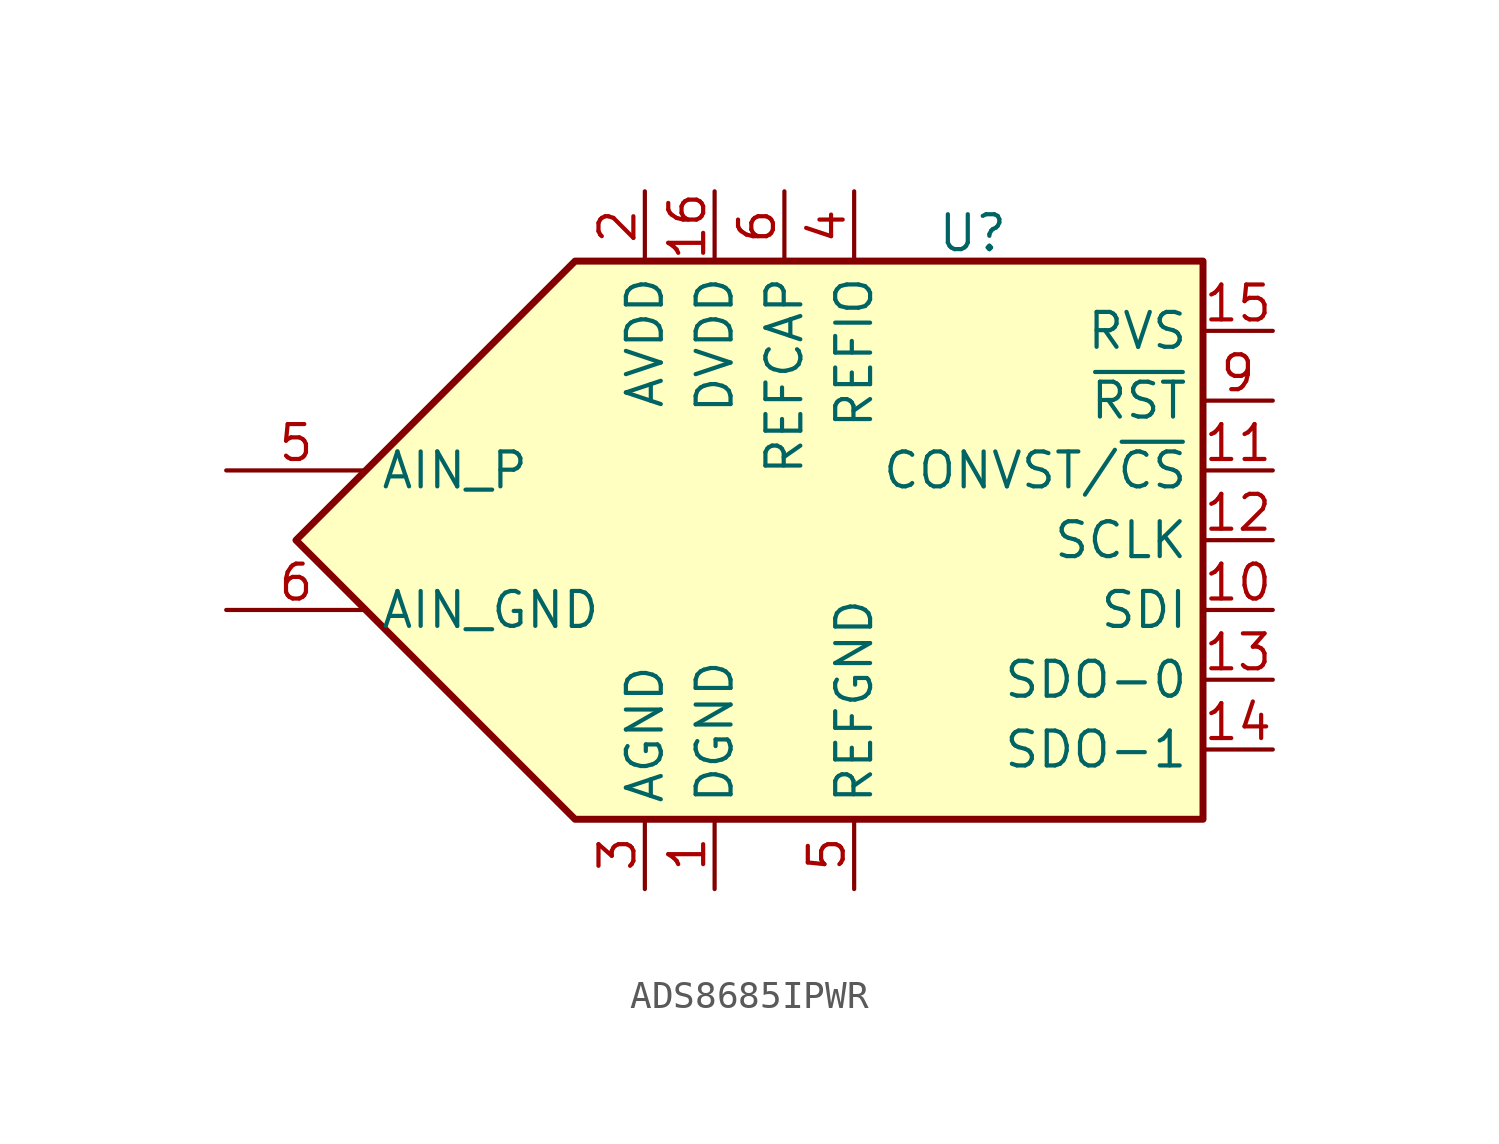
<source format=kicad_sym>
(kicad_symbol_lib
  (version 20231120)
  (generator "kicad_symbol_editor")
  (generator_version "8.0")
  (symbol "ADS8685IPWR"
    (property "Reference" "U"
      (at 5.588 11.176 0)
      (effects (font (size 1.27 1.27))))
    (property "Value" ""
      (at 0 0 0)
      (effects (font (size 1.27 1.27))))
    (symbol "ADS8685IPWR_0_1"
      (polyline (pts (xy -8.89 10.16) (xy 13.97 10.16) (xy 13.97 -10.16) (xy -8.89 -10.16) (xy -19.05 0) (xy -8.89 10.16)) (stroke (width 0.254) (type default)) (fill (type background))))
    (symbol "ADS8685IPWR_1_1"
      (pin power_in line (at -3.81 -12.7 90) (length 2.54) (name "DGND" (effects (font (size 1.27 1.27)))) (number "1" (effects (font (size 1.27 1.27)))))
      (pin input line (at 16.51 -2.54 180) (length 2.54) (name "SDI" (effects (font (size 1.27 1.27)))) (number "10" (effects (font (size 1.27 1.27)))))
      (pin input line (at 16.51 2.54 180) (length 2.54) (name "CONVST/~{CS}" (effects (font (size 1.27 1.27)))) (number "11" (effects (font (size 1.27 1.27)))))
      (pin input line (at 16.51 0 180) (length 2.54) (name "SCLK" (effects (font (size 1.27 1.27)))) (number "12" (effects (font (size 1.27 1.27)))))
      (pin tri_state line (at 16.51 -5.08 180) (length 2.54) (name "SDO-0" (effects (font (size 1.27 1.27)))) (number "13" (effects (font (size 1.27 1.27)))))
      (pin tri_state line (at 16.51 -7.62 180) (length 2.54) (name "SDO-1" (effects (font (size 1.27 1.27)))) (number "14" (effects (font (size 1.27 1.27)))))
      (pin output line (at 16.51 7.62 180) (length 2.54) (name "RVS" (effects (font (size 1.27 1.27)))) (number "15" (effects (font (size 1.27 1.27)))))
      (pin power_in line (at -3.81 12.7 270) (length 2.54) (name "DVDD" (effects (font (size 1.27 1.27)))) (number "16" (effects (font (size 1.27 1.27)))))
      (pin power_in line (at -6.35 12.7 270) (length 2.54) (name "AVDD" (effects (font (size 1.27 1.27)))) (number "2" (effects (font (size 1.27 1.27)))))
      (pin power_in line (at -6.35 -12.7 90) (length 2.54) (name "AGND" (effects (font (size 1.27 1.27)))) (number "3" (effects (font (size 1.27 1.27)))))
      (pin passive line (at 1.27 12.7 270) (length 2.54) (name "REFIO" (effects (font (size 1.27 1.27)))) (number "4" (effects (font (size 1.27 1.27)))))
      (pin input line (at -21.59 2.54 0) (length 5.08) (name "AIN_P" (effects (font (size 1.27 1.27)))) (number "5" (effects (font (size 1.27 1.27)))))
      (pin power_in line (at 1.27 -12.7 90) (length 2.54) (name "REFGND" (effects (font (size 1.27 1.27)))) (number "5" (effects (font (size 1.27 1.27)))))
      (pin input line (at -21.59 -2.54 0) (length 5.08) (name "AIN_GND" (effects (font (size 1.27 1.27)))) (number "6" (effects (font (size 1.27 1.27)))))
      (pin power_in line (at -1.27 12.7 270) (length 2.54) (name "REFCAP" (effects (font (size 1.27 1.27)))) (number "6" (effects (font (size 1.27 1.27)))))
      (pin input line (at 16.51 5.08 180) (length 2.54) (name "~{RST}" (effects (font (size 1.27 1.27)))) (number "9" (effects (font (size 1.27 1.27))))))))
</source>
